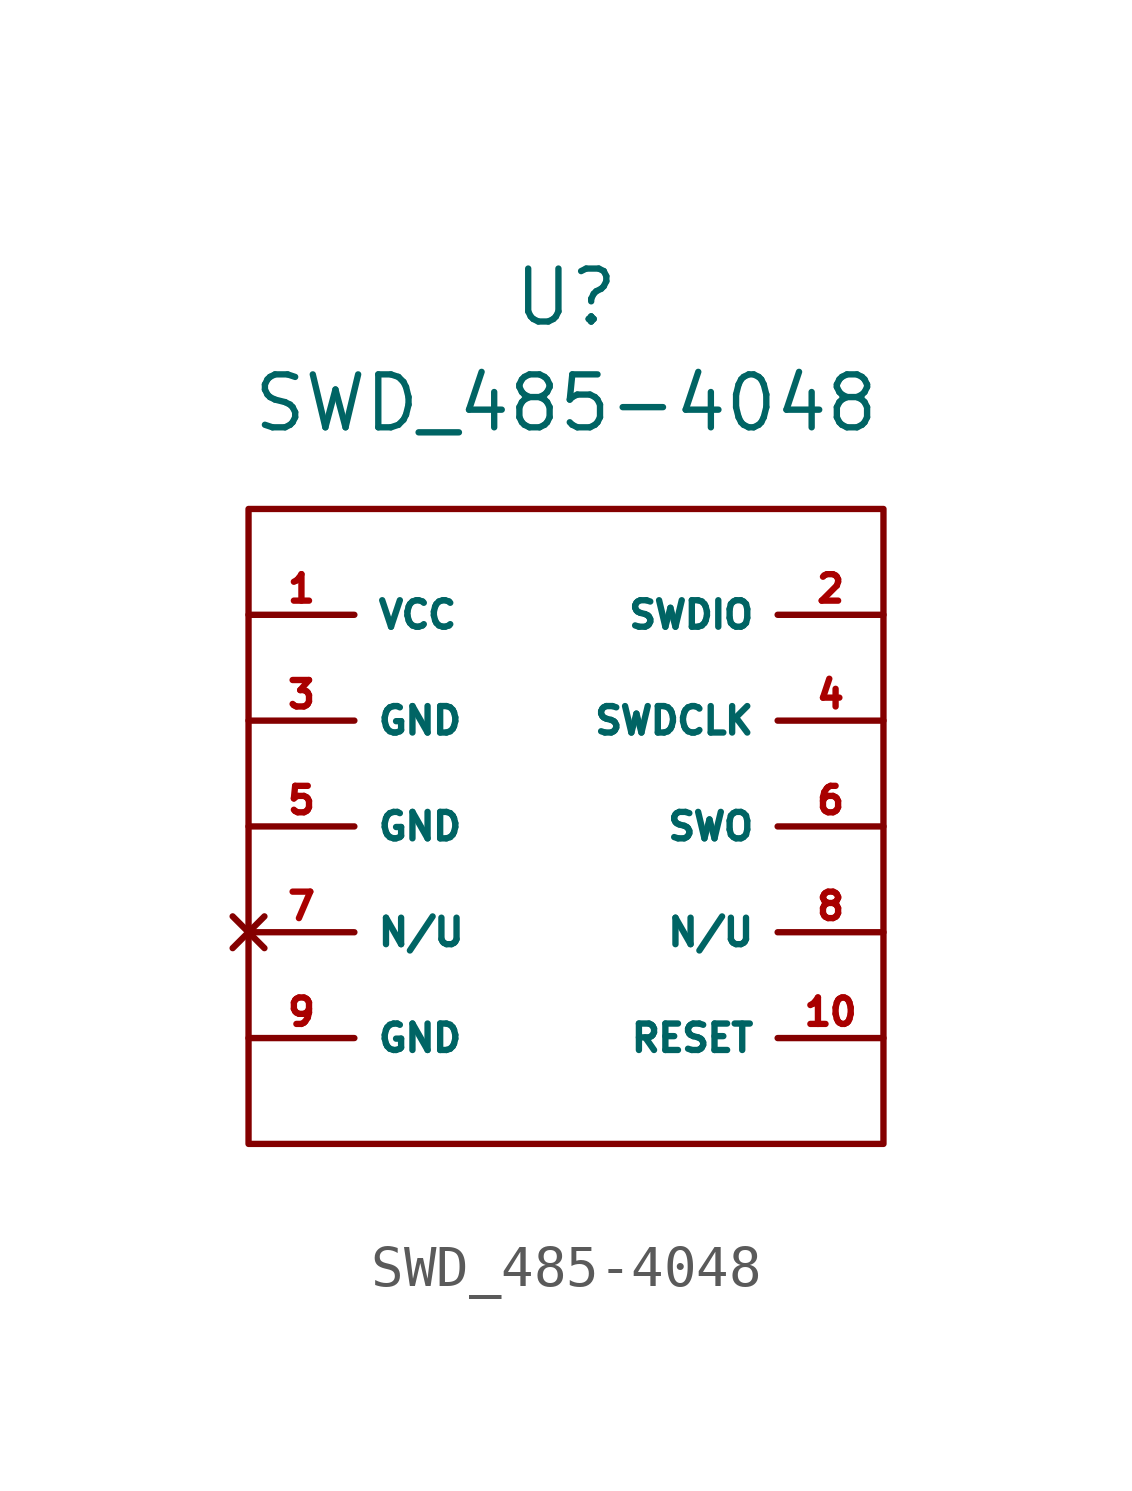
<source format=kicad_sym>
(kicad_symbol_lib
  (version 20211014)
  (generator kicad_symbol_editor)
  (symbol "SWD_485-4048"
    (property "Reference" "U"
      (at 0 12.7 0)
      (effects (font (size 1.27 1.27))))
    (property "Value" "SWD_485-4048"
      (at 0 10.16 0)
      (effects (font (size 1.27 1.27))))
    (symbol "SWD_485-4048_0_1"
      (rectangle (start -7.62 7.62) (end 7.62 -7.62) (stroke (width 0) (type default) (color 0 0 0 0)) (fill (type none))))
    (symbol "SWD_485-4048_1_1"
      (pin power_in line (at -7.62 5.08 0) (length 2.54) (name "VCC" (effects (font (size 0.635 0.635)))) (number "1" (effects (font (size 0.635 0.635)))))
      (pin bidirectional line (at 7.62 -5.08 180) (length 2.54) (name "RESET" (effects (font (size 0.635 0.635)))) (number "10" (effects (font (size 0.635 0.635)))))
      (pin bidirectional line (at 7.62 5.08 180) (length 2.54) (name "SWDIO" (effects (font (size 0.635 0.635)))) (number "2" (effects (font (size 0.635 0.635)))))
      (pin power_in line (at -7.62 2.54 0) (length 2.54) (name "GND" (effects (font (size 0.635 0.635)))) (number "3" (effects (font (size 0.635 0.635)))))
      (pin bidirectional line (at 7.62 2.54 180) (length 2.54) (name "SWDCLK" (effects (font (size 0.635 0.635)))) (number "4" (effects (font (size 0.635 0.635)))))
      (pin power_in line (at -7.62 0 0) (length 2.54) (name "GND" (effects (font (size 0.635 0.635)))) (number "5" (effects (font (size 0.635 0.635)))))
      (pin bidirectional line (at 7.62 0 180) (length 2.54) (name "SWO" (effects (font (size 0.635 0.635)))) (number "6" (effects (font (size 0.635 0.635)))))
      (pin no_connect line (at -7.62 -2.54 0) (length 2.54) (name "N/U" (effects (font (size 0.635 0.635)))) (number "7" (effects (font (size 0.635 0.635)))))
      (pin bidirectional line (at 7.62 -2.54 180) (length 2.54) (name "N/U" (effects (font (size 0.635 0.635)))) (number "8" (effects (font (size 0.635 0.635)))))
      (pin power_in line (at -7.62 -5.08 0) (length 2.54) (name "GND" (effects (font (size 0.635 0.635)))) (number "9" (effects (font (size 0.635 0.635))))))))
</source>
